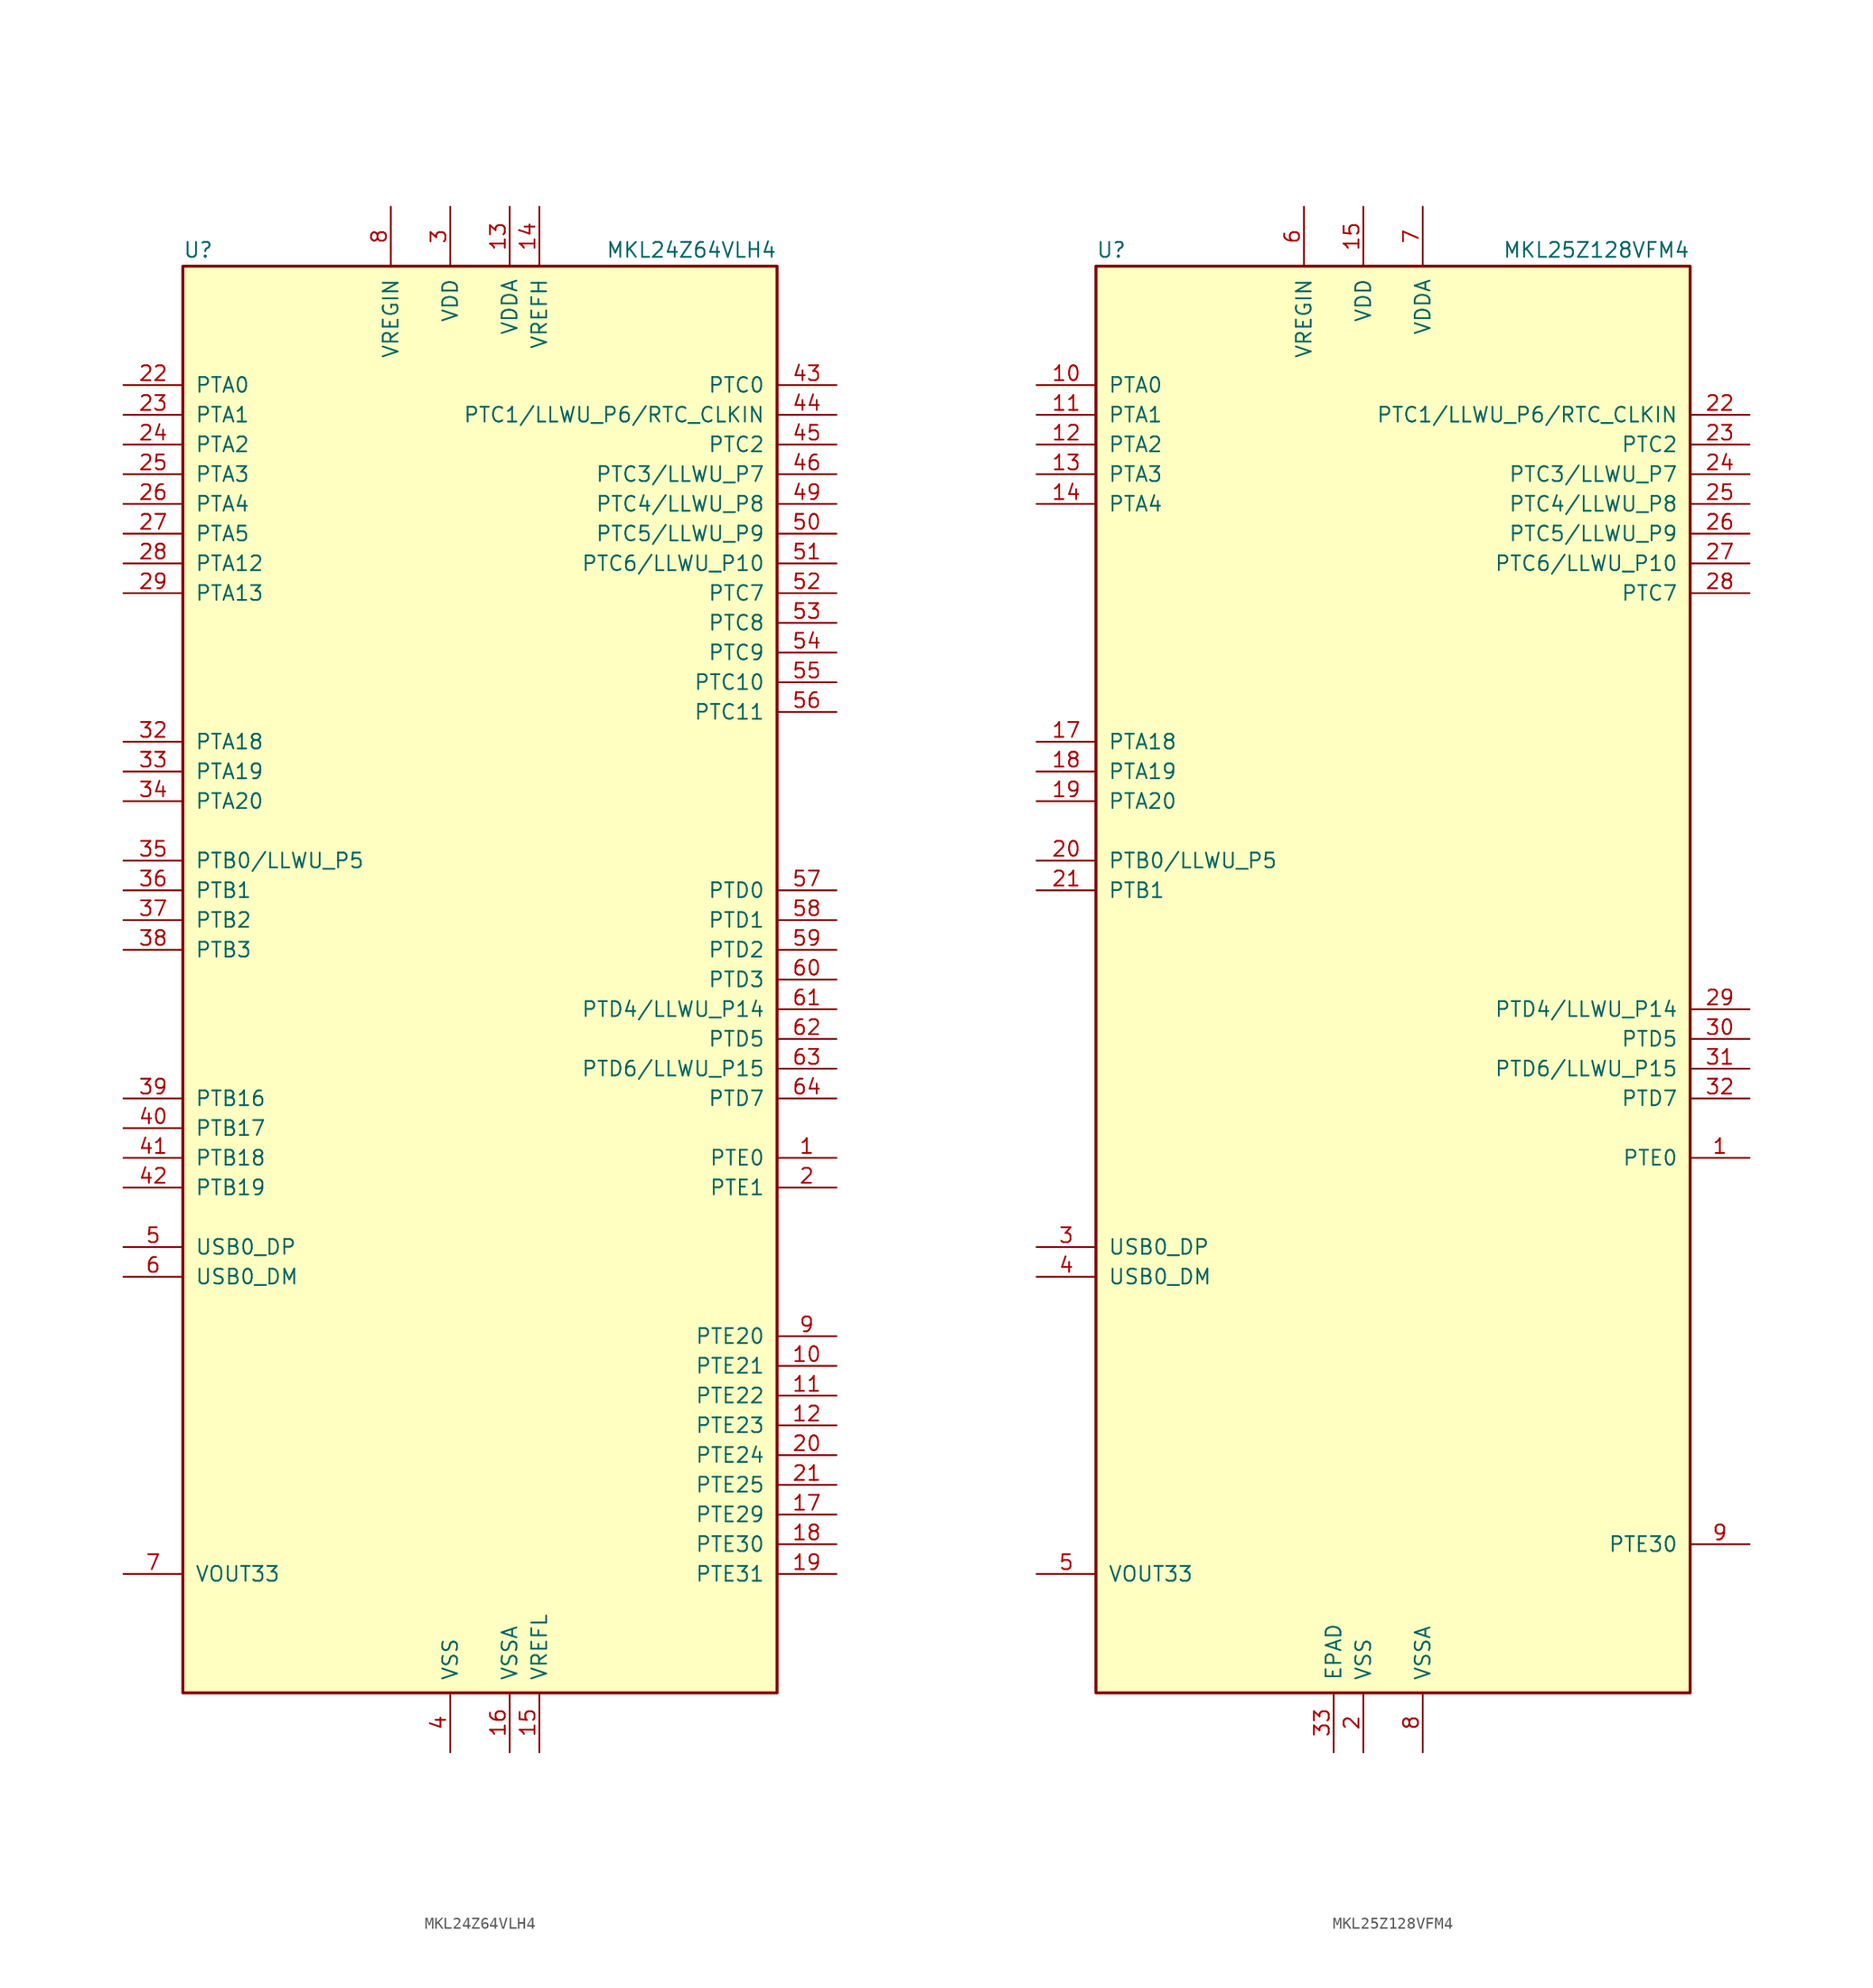
<source format=kicad_sym>
(kicad_symbol_lib
  (version 20211014)
  (generator kicad_symbol_editor)
  (symbol "MKL24Z64VLH4"
    (pin_names
      (offset 1.016))
    (property "Reference" "U"
      (at -25.4 61.595 0)
      (effects (font (size 1.27 1.27)) (justify left bottom)))
    (property "Value" "MKL24Z64VLH4"
      (at 25.4 61.595 0)
      (effects (font (size 1.27 1.27)) (justify right bottom)))
    (symbol "MKL24Z64VLH4_0_1"
      (rectangle (start -25.4 60.96) (end 25.4 -60.96) (stroke (width 0.254) (type default) (color 0 0 0 0)) (fill (type background))))
    (symbol "MKL24Z64VLH4_1_1"
      (pin bidirectional line (at 30.48 -15.24 180) (length 5.08) (name "PTE0" (effects (font (size 1.27 1.27)))) (number "1" (effects (font (size 1.27 1.27)))))
      (pin bidirectional line (at 30.48 -33.02 180) (length 5.08) (name "PTE21" (effects (font (size 1.27 1.27)))) (number "10" (effects (font (size 1.27 1.27)))))
      (pin bidirectional line (at 30.48 -35.56 180) (length 5.08) (name "PTE22" (effects (font (size 1.27 1.27)))) (number "11" (effects (font (size 1.27 1.27)))))
      (pin bidirectional line (at 30.48 -38.1 180) (length 5.08) (name "PTE23" (effects (font (size 1.27 1.27)))) (number "12" (effects (font (size 1.27 1.27)))))
      (pin power_in line (at 2.54 66.04 270) (length 5.08) (name "VDDA" (effects (font (size 1.27 1.27)))) (number "13" (effects (font (size 1.27 1.27)))))
      (pin power_in line (at 5.08 66.04 270) (length 5.08) (name "VREFH" (effects (font (size 1.27 1.27)))) (number "14" (effects (font (size 1.27 1.27)))))
      (pin power_in line (at 5.08 -66.04 90) (length 5.08) (name "VREFL" (effects (font (size 1.27 1.27)))) (number "15" (effects (font (size 1.27 1.27)))))
      (pin power_in line (at 2.54 -66.04 90) (length 5.08) (name "VSSA" (effects (font (size 1.27 1.27)))) (number "16" (effects (font (size 1.27 1.27)))))
      (pin bidirectional line (at 30.48 -45.72 180) (length 5.08) (name "PTE29" (effects (font (size 1.27 1.27)))) (number "17" (effects (font (size 1.27 1.27)))))
      (pin bidirectional line (at 30.48 -48.26 180) (length 5.08) (name "PTE30" (effects (font (size 1.27 1.27)))) (number "18" (effects (font (size 1.27 1.27)))))
      (pin bidirectional line (at 30.48 -50.8 180) (length 5.08) (name "PTE31" (effects (font (size 1.27 1.27)))) (number "19" (effects (font (size 1.27 1.27)))))
      (pin bidirectional line (at 30.48 -17.78 180) (length 5.08) (name "PTE1" (effects (font (size 1.27 1.27)))) (number "2" (effects (font (size 1.27 1.27)))))
      (pin bidirectional line (at 30.48 -40.64 180) (length 5.08) (name "PTE24" (effects (font (size 1.27 1.27)))) (number "20" (effects (font (size 1.27 1.27)))))
      (pin bidirectional line (at 30.48 -43.18 180) (length 5.08) (name "PTE25" (effects (font (size 1.27 1.27)))) (number "21" (effects (font (size 1.27 1.27)))))
      (pin bidirectional line (at -30.48 50.8 0) (length 5.08) (name "PTA0" (effects (font (size 1.27 1.27)))) (number "22" (effects (font (size 1.27 1.27)))))
      (pin bidirectional line (at -30.48 48.26 0) (length 5.08) (name "PTA1" (effects (font (size 1.27 1.27)))) (number "23" (effects (font (size 1.27 1.27)))))
      (pin bidirectional line (at -30.48 45.72 0) (length 5.08) (name "PTA2" (effects (font (size 1.27 1.27)))) (number "24" (effects (font (size 1.27 1.27)))))
      (pin bidirectional line (at -30.48 43.18 0) (length 5.08) (name "PTA3" (effects (font (size 1.27 1.27)))) (number "25" (effects (font (size 1.27 1.27)))))
      (pin bidirectional line (at -30.48 40.64 0) (length 5.08) (name "PTA4" (effects (font (size 1.27 1.27)))) (number "26" (effects (font (size 1.27 1.27)))))
      (pin bidirectional line (at -30.48 38.1 0) (length 5.08) (name "PTA5" (effects (font (size 1.27 1.27)))) (number "27" (effects (font (size 1.27 1.27)))))
      (pin bidirectional line (at -30.48 35.56 0) (length 5.08) (name "PTA12" (effects (font (size 1.27 1.27)))) (number "28" (effects (font (size 1.27 1.27)))))
      (pin bidirectional line (at -30.48 33.02 0) (length 5.08) (name "PTA13" (effects (font (size 1.27 1.27)))) (number "29" (effects (font (size 1.27 1.27)))))
      (pin power_in line (at -2.54 66.04 270) (length 5.08) (name "VDD" (effects (font (size 1.27 1.27)))) (number "3" (effects (font (size 1.27 1.27)))))
      (pin passive line (at -2.54 66.04 270) (length 5.08) hide (name "VDD" (effects (font (size 1.27 1.27)))) (number "30" (effects (font (size 1.27 1.27)))))
      (pin passive line (at -2.54 -66.04 90) (length 5.08) hide (name "VSS" (effects (font (size 1.27 1.27)))) (number "31" (effects (font (size 1.27 1.27)))))
      (pin bidirectional line (at -30.48 20.32 0) (length 5.08) (name "PTA18" (effects (font (size 1.27 1.27)))) (number "32" (effects (font (size 1.27 1.27)))))
      (pin bidirectional line (at -30.48 17.78 0) (length 5.08) (name "PTA19" (effects (font (size 1.27 1.27)))) (number "33" (effects (font (size 1.27 1.27)))))
      (pin bidirectional line (at -30.48 15.24 0) (length 5.08) (name "PTA20" (effects (font (size 1.27 1.27)))) (number "34" (effects (font (size 1.27 1.27)))))
      (pin bidirectional line (at -30.48 10.16 0) (length 5.08) (name "PTB0/LLWU_P5" (effects (font (size 1.27 1.27)))) (number "35" (effects (font (size 1.27 1.27)))))
      (pin bidirectional line (at -30.48 7.62 0) (length 5.08) (name "PTB1" (effects (font (size 1.27 1.27)))) (number "36" (effects (font (size 1.27 1.27)))))
      (pin bidirectional line (at -30.48 5.08 0) (length 5.08) (name "PTB2" (effects (font (size 1.27 1.27)))) (number "37" (effects (font (size 1.27 1.27)))))
      (pin bidirectional line (at -30.48 2.54 0) (length 5.08) (name "PTB3" (effects (font (size 1.27 1.27)))) (number "38" (effects (font (size 1.27 1.27)))))
      (pin bidirectional line (at -30.48 -10.16 0) (length 5.08) (name "PTB16" (effects (font (size 1.27 1.27)))) (number "39" (effects (font (size 1.27 1.27)))))
      (pin power_in line (at -2.54 -66.04 90) (length 5.08) (name "VSS" (effects (font (size 1.27 1.27)))) (number "4" (effects (font (size 1.27 1.27)))))
      (pin bidirectional line (at -30.48 -12.7 0) (length 5.08) (name "PTB17" (effects (font (size 1.27 1.27)))) (number "40" (effects (font (size 1.27 1.27)))))
      (pin bidirectional line (at -30.48 -15.24 0) (length 5.08) (name "PTB18" (effects (font (size 1.27 1.27)))) (number "41" (effects (font (size 1.27 1.27)))))
      (pin bidirectional line (at -30.48 -17.78 0) (length 5.08) (name "PTB19" (effects (font (size 1.27 1.27)))) (number "42" (effects (font (size 1.27 1.27)))))
      (pin bidirectional line (at 30.48 50.8 180) (length 5.08) (name "PTC0" (effects (font (size 1.27 1.27)))) (number "43" (effects (font (size 1.27 1.27)))))
      (pin bidirectional line (at 30.48 48.26 180) (length 5.08) (name "PTC1/LLWU_P6/RTC_CLKIN" (effects (font (size 1.27 1.27)))) (number "44" (effects (font (size 1.27 1.27)))))
      (pin bidirectional line (at 30.48 45.72 180) (length 5.08) (name "PTC2" (effects (font (size 1.27 1.27)))) (number "45" (effects (font (size 1.27 1.27)))))
      (pin bidirectional line (at 30.48 43.18 180) (length 5.08) (name "PTC3/LLWU_P7" (effects (font (size 1.27 1.27)))) (number "46" (effects (font (size 1.27 1.27)))))
      (pin passive line (at -2.54 -66.04 90) (length 5.08) hide (name "VSS" (effects (font (size 1.27 1.27)))) (number "47" (effects (font (size 1.27 1.27)))))
      (pin passive line (at -2.54 66.04 270) (length 5.08) hide (name "VDD" (effects (font (size 1.27 1.27)))) (number "48" (effects (font (size 1.27 1.27)))))
      (pin bidirectional line (at 30.48 40.64 180) (length 5.08) (name "PTC4/LLWU_P8" (effects (font (size 1.27 1.27)))) (number "49" (effects (font (size 1.27 1.27)))))
      (pin bidirectional line (at -30.48 -22.86 0) (length 5.08) (name "USB0_DP" (effects (font (size 1.27 1.27)))) (number "5" (effects (font (size 1.27 1.27)))))
      (pin bidirectional line (at 30.48 38.1 180) (length 5.08) (name "PTC5/LLWU_P9" (effects (font (size 1.27 1.27)))) (number "50" (effects (font (size 1.27 1.27)))))
      (pin bidirectional line (at 30.48 35.56 180) (length 5.08) (name "PTC6/LLWU_P10" (effects (font (size 1.27 1.27)))) (number "51" (effects (font (size 1.27 1.27)))))
      (pin bidirectional line (at 30.48 33.02 180) (length 5.08) (name "PTC7" (effects (font (size 1.27 1.27)))) (number "52" (effects (font (size 1.27 1.27)))))
      (pin bidirectional line (at 30.48 30.48 180) (length 5.08) (name "PTC8" (effects (font (size 1.27 1.27)))) (number "53" (effects (font (size 1.27 1.27)))))
      (pin bidirectional line (at 30.48 27.94 180) (length 5.08) (name "PTC9" (effects (font (size 1.27 1.27)))) (number "54" (effects (font (size 1.27 1.27)))))
      (pin bidirectional line (at 30.48 25.4 180) (length 5.08) (name "PTC10" (effects (font (size 1.27 1.27)))) (number "55" (effects (font (size 1.27 1.27)))))
      (pin bidirectional line (at 30.48 22.86 180) (length 5.08) (name "PTC11" (effects (font (size 1.27 1.27)))) (number "56" (effects (font (size 1.27 1.27)))))
      (pin bidirectional line (at 30.48 7.62 180) (length 5.08) (name "PTD0" (effects (font (size 1.27 1.27)))) (number "57" (effects (font (size 1.27 1.27)))))
      (pin bidirectional line (at 30.48 5.08 180) (length 5.08) (name "PTD1" (effects (font (size 1.27 1.27)))) (number "58" (effects (font (size 1.27 1.27)))))
      (pin bidirectional line (at 30.48 2.54 180) (length 5.08) (name "PTD2" (effects (font (size 1.27 1.27)))) (number "59" (effects (font (size 1.27 1.27)))))
      (pin bidirectional line (at -30.48 -25.4 0) (length 5.08) (name "USB0_DM" (effects (font (size 1.27 1.27)))) (number "6" (effects (font (size 1.27 1.27)))))
      (pin bidirectional line (at 30.48 0 180) (length 5.08) (name "PTD3" (effects (font (size 1.27 1.27)))) (number "60" (effects (font (size 1.27 1.27)))))
      (pin bidirectional line (at 30.48 -2.54 180) (length 5.08) (name "PTD4/LLWU_P14" (effects (font (size 1.27 1.27)))) (number "61" (effects (font (size 1.27 1.27)))))
      (pin bidirectional line (at 30.48 -5.08 180) (length 5.08) (name "PTD5" (effects (font (size 1.27 1.27)))) (number "62" (effects (font (size 1.27 1.27)))))
      (pin bidirectional line (at 30.48 -7.62 180) (length 5.08) (name "PTD6/LLWU_P15" (effects (font (size 1.27 1.27)))) (number "63" (effects (font (size 1.27 1.27)))))
      (pin bidirectional line (at 30.48 -10.16 180) (length 5.08) (name "PTD7" (effects (font (size 1.27 1.27)))) (number "64" (effects (font (size 1.27 1.27)))))
      (pin power_out line (at -30.48 -50.8 0) (length 5.08) (name "VOUT33" (effects (font (size 1.27 1.27)))) (number "7" (effects (font (size 1.27 1.27)))))
      (pin power_in line (at -7.62 66.04 270) (length 5.08) (name "VREGIN" (effects (font (size 1.27 1.27)))) (number "8" (effects (font (size 1.27 1.27)))))
      (pin bidirectional line (at 30.48 -30.48 180) (length 5.08) (name "PTE20" (effects (font (size 1.27 1.27)))) (number "9" (effects (font (size 1.27 1.27)))))))
  (symbol "MKL25Z128VFM4"
    (pin_names
      (offset 1.016))
    (property "Reference" "U"
      (at -25.4 61.595 0)
      (effects (font (size 1.27 1.27)) (justify left bottom)))
    (property "Value" "MKL25Z128VFM4"
      (at 25.4 61.595 0)
      (effects (font (size 1.27 1.27)) (justify right bottom)))
    (symbol "MKL25Z128VFM4_0_1"
      (rectangle (start -25.4 60.96) (end 25.4 -60.96) (stroke (width 0.254) (type default) (color 0 0 0 0)) (fill (type background))))
    (symbol "MKL25Z128VFM4_1_1"
      (pin bidirectional line (at 30.48 -15.24 180) (length 5.08) (name "PTE0" (effects (font (size 1.27 1.27)))) (number "1" (effects (font (size 1.27 1.27)))))
      (pin bidirectional line (at -30.48 50.8 0) (length 5.08) (name "PTA0" (effects (font (size 1.27 1.27)))) (number "10" (effects (font (size 1.27 1.27)))))
      (pin bidirectional line (at -30.48 48.26 0) (length 5.08) (name "PTA1" (effects (font (size 1.27 1.27)))) (number "11" (effects (font (size 1.27 1.27)))))
      (pin bidirectional line (at -30.48 45.72 0) (length 5.08) (name "PTA2" (effects (font (size 1.27 1.27)))) (number "12" (effects (font (size 1.27 1.27)))))
      (pin bidirectional line (at -30.48 43.18 0) (length 5.08) (name "PTA3" (effects (font (size 1.27 1.27)))) (number "13" (effects (font (size 1.27 1.27)))))
      (pin bidirectional line (at -30.48 40.64 0) (length 5.08) (name "PTA4" (effects (font (size 1.27 1.27)))) (number "14" (effects (font (size 1.27 1.27)))))
      (pin power_in line (at -2.54 66.04 270) (length 5.08) (name "VDD" (effects (font (size 1.27 1.27)))) (number "15" (effects (font (size 1.27 1.27)))))
      (pin passive line (at -2.54 -66.04 90) (length 5.08) hide (name "VSS" (effects (font (size 1.27 1.27)))) (number "16" (effects (font (size 1.27 1.27)))))
      (pin bidirectional line (at -30.48 20.32 0) (length 5.08) (name "PTA18" (effects (font (size 1.27 1.27)))) (number "17" (effects (font (size 1.27 1.27)))))
      (pin bidirectional line (at -30.48 17.78 0) (length 5.08) (name "PTA19" (effects (font (size 1.27 1.27)))) (number "18" (effects (font (size 1.27 1.27)))))
      (pin bidirectional line (at -30.48 15.24 0) (length 5.08) (name "PTA20" (effects (font (size 1.27 1.27)))) (number "19" (effects (font (size 1.27 1.27)))))
      (pin power_in line (at -2.54 -66.04 90) (length 5.08) (name "VSS" (effects (font (size 1.27 1.27)))) (number "2" (effects (font (size 1.27 1.27)))))
      (pin bidirectional line (at -30.48 10.16 0) (length 5.08) (name "PTB0/LLWU_P5" (effects (font (size 1.27 1.27)))) (number "20" (effects (font (size 1.27 1.27)))))
      (pin bidirectional line (at -30.48 7.62 0) (length 5.08) (name "PTB1" (effects (font (size 1.27 1.27)))) (number "21" (effects (font (size 1.27 1.27)))))
      (pin bidirectional line (at 30.48 48.26 180) (length 5.08) (name "PTC1/LLWU_P6/RTC_CLKIN" (effects (font (size 1.27 1.27)))) (number "22" (effects (font (size 1.27 1.27)))))
      (pin bidirectional line (at 30.48 45.72 180) (length 5.08) (name "PTC2" (effects (font (size 1.27 1.27)))) (number "23" (effects (font (size 1.27 1.27)))))
      (pin bidirectional line (at 30.48 43.18 180) (length 5.08) (name "PTC3/LLWU_P7" (effects (font (size 1.27 1.27)))) (number "24" (effects (font (size 1.27 1.27)))))
      (pin bidirectional line (at 30.48 40.64 180) (length 5.08) (name "PTC4/LLWU_P8" (effects (font (size 1.27 1.27)))) (number "25" (effects (font (size 1.27 1.27)))))
      (pin bidirectional line (at 30.48 38.1 180) (length 5.08) (name "PTC5/LLWU_P9" (effects (font (size 1.27 1.27)))) (number "26" (effects (font (size 1.27 1.27)))))
      (pin bidirectional line (at 30.48 35.56 180) (length 5.08) (name "PTC6/LLWU_P10" (effects (font (size 1.27 1.27)))) (number "27" (effects (font (size 1.27 1.27)))))
      (pin bidirectional line (at 30.48 33.02 180) (length 5.08) (name "PTC7" (effects (font (size 1.27 1.27)))) (number "28" (effects (font (size 1.27 1.27)))))
      (pin bidirectional line (at 30.48 -2.54 180) (length 5.08) (name "PTD4/LLWU_P14" (effects (font (size 1.27 1.27)))) (number "29" (effects (font (size 1.27 1.27)))))
      (pin bidirectional line (at -30.48 -22.86 0) (length 5.08) (name "USB0_DP" (effects (font (size 1.27 1.27)))) (number "3" (effects (font (size 1.27 1.27)))))
      (pin bidirectional line (at 30.48 -5.08 180) (length 5.08) (name "PTD5" (effects (font (size 1.27 1.27)))) (number "30" (effects (font (size 1.27 1.27)))))
      (pin bidirectional line (at 30.48 -7.62 180) (length 5.08) (name "PTD6/LLWU_P15" (effects (font (size 1.27 1.27)))) (number "31" (effects (font (size 1.27 1.27)))))
      (pin bidirectional line (at 30.48 -10.16 180) (length 5.08) (name "PTD7" (effects (font (size 1.27 1.27)))) (number "32" (effects (font (size 1.27 1.27)))))
      (pin power_in line (at -5.08 -66.04 90) (length 5.08) (name "EPAD" (effects (font (size 1.27 1.27)))) (number "33" (effects (font (size 1.27 1.27)))))
      (pin bidirectional line (at -30.48 -25.4 0) (length 5.08) (name "USB0_DM" (effects (font (size 1.27 1.27)))) (number "4" (effects (font (size 1.27 1.27)))))
      (pin power_out line (at -30.48 -50.8 0) (length 5.08) (name "VOUT33" (effects (font (size 1.27 1.27)))) (number "5" (effects (font (size 1.27 1.27)))))
      (pin power_in line (at -7.62 66.04 270) (length 5.08) (name "VREGIN" (effects (font (size 1.27 1.27)))) (number "6" (effects (font (size 1.27 1.27)))))
      (pin power_in line (at 2.54 66.04 270) (length 5.08) (name "VDDA" (effects (font (size 1.27 1.27)))) (number "7" (effects (font (size 1.27 1.27)))))
      (pin power_in line (at 2.54 -66.04 90) (length 5.08) (name "VSSA" (effects (font (size 1.27 1.27)))) (number "8" (effects (font (size 1.27 1.27)))))
      (pin bidirectional line (at 30.48 -48.26 180) (length 5.08) (name "PTE30" (effects (font (size 1.27 1.27)))) (number "9" (effects (font (size 1.27 1.27))))))))
</source>
